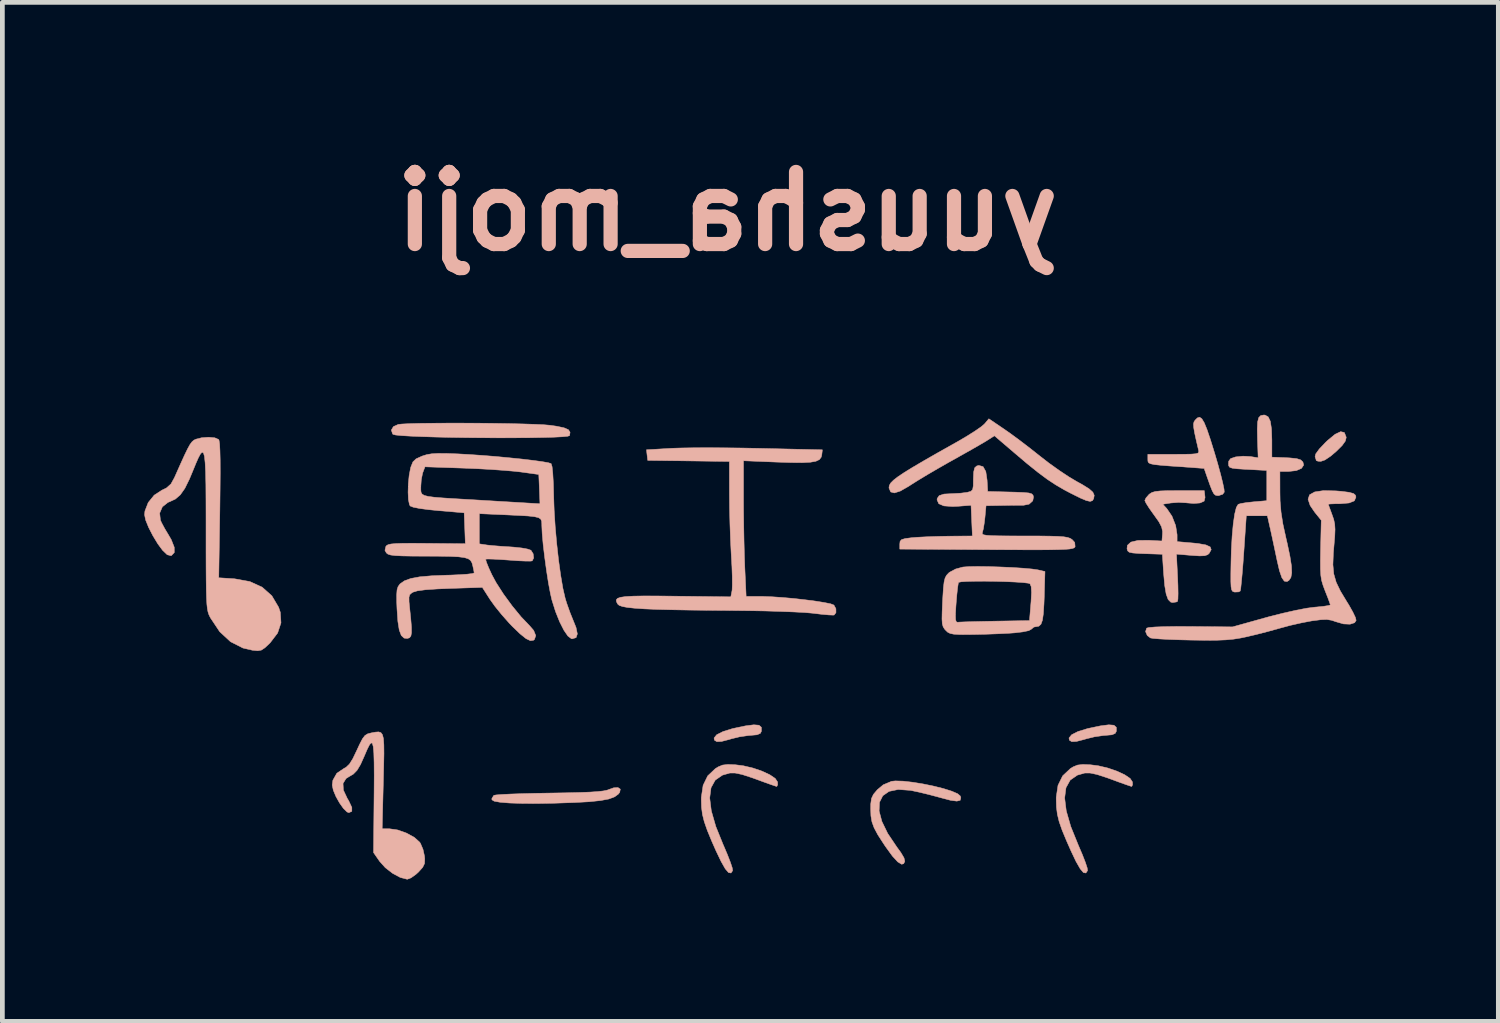
<source format=kicad_pcb>
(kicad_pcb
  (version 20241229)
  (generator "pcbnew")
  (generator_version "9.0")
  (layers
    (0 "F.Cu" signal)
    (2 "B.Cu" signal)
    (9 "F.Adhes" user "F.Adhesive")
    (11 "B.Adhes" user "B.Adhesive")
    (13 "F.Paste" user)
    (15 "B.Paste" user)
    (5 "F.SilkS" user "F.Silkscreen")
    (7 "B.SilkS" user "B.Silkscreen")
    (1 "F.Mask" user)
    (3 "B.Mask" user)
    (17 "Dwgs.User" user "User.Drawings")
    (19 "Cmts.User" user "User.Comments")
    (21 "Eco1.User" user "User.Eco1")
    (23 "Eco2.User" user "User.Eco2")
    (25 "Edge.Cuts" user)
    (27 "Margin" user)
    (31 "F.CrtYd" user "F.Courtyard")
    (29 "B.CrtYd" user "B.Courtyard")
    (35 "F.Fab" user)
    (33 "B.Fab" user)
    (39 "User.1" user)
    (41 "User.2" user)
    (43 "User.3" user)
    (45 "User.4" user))
  (footprint "yuusha_moji"
    (layer "F.Cu")
    (at 12.041 8.518)
    (property "Reference" "yuusha_moji" (at 0.28 -7.1 180) (layer "B.SilkS") (effects (font (size 1.524 1.524) (thickness 0.3)) (justify mirror)))
    (attr through_hole)
    (fp_poly (pts (xy 0.661 3.772) (xy 0.391 3.829) (xy 0.188 3.892) (xy 0.055 3.959) (xy -0.001 4.028) (xy 0.008 4.075) (xy 0.058 4.105) (xy 0.156 4.101) (xy 0.315 4.06) (xy 0.368 4.044) (xy 0.536 4.003) (xy 0.721 3.976) (xy 0.772 3.972) (xy 0.906 3.96) (xy 0.976 3.931) (xy 1 3.885) (xy 0.999 3.802) (xy 0.949 3.758) (xy 0.839 3.749) (xy 0.661 3.772)) (stroke (width 0.01) (type solid)) (fill yes) (layer "B.SilkS"))
    (fp_poly (pts (xy 8.162 3.772) (xy 7.892 3.829) (xy 7.688 3.892) (xy 7.556 3.959) (xy 7.5 4.028) (xy 7.509 4.075) (xy 7.558 4.105) (xy 7.656 4.101) (xy 7.815 4.06) (xy 7.869 4.044) (xy 8.036 4.003) (xy 8.221 3.976) (xy 8.273 3.972) (xy 8.407 3.96) (xy 8.476 3.931) (xy 8.501 3.885) (xy 8.5 3.802) (xy 8.45 3.758) (xy 8.34 3.749) (xy 8.162 3.772)) (stroke (width 0.01) (type solid)) (fill yes) (layer "B.SilkS"))
    (fp_poly (pts (xy 13.124 -2.391) (xy 12.966 -2.261) (xy 12.923 -2.22) (xy 12.789 -2.079) (xy 12.714 -1.975) (xy 12.7 -1.917) (xy 12.722 -1.851) (xy 12.724 -1.836) (xy 12.761 -1.822) (xy 12.822 -1.818) (xy 12.909 -1.848) (xy 13.031 -1.93) (xy 13.145 -2.027) (xy 13.272 -2.153) (xy 13.339 -2.246) (xy 13.358 -2.321) (xy 13.356 -2.335) (xy 13.319 -2.428) (xy 13.241 -2.446) (xy 13.124 -2.391)) (stroke (width 0.01) (type solid)) (fill yes) (layer "B.SilkS"))
    (fp_poly (pts (xy -2.125 5.081) (xy -2.2 5.108) (xy -2.26 5.13) (xy -2.343 5.147) (xy -2.46 5.16) (xy -2.621 5.171) (xy -2.837 5.179) (xy -3.118 5.186) (xy -3.473 5.192) (xy -3.777 5.197) (xy -4.053 5.204) (xy -4.291 5.212) (xy -4.479 5.221) (xy -4.604 5.231) (xy -4.655 5.24) (xy -4.696 5.305) (xy -4.695 5.334) (xy -4.647 5.363) (xy -4.521 5.386) (xy -4.324 5.402) (xy -4.062 5.41) (xy -3.744 5.412) (xy -3.375 5.406) (xy -2.963 5.392) (xy -2.956 5.392) (xy -2.641 5.375) (xy -2.401 5.35) (xy -2.225 5.317) (xy -2.102 5.271) (xy -2.022 5.212) (xy -1.995 5.176) (xy -1.982 5.109) (xy -2.032 5.075) (xy -2.125 5.081)) (stroke (width 0.01) (type solid)) (fill yes) (layer "B.SilkS"))
    (fp_poly (pts (xy -5.649 -2.626) (xy -5.953 -2.624) (xy -6.221 -2.621) (xy -6.44 -2.615) (xy -6.598 -2.607) (xy -6.674 -2.599) (xy -6.777 -2.553) (xy -6.821 -2.479) (xy -6.794 -2.398) (xy -6.785 -2.389) (xy -6.73 -2.375) (xy -6.601 -2.362) (xy -6.41 -2.351) (xy -6.166 -2.341) (xy -5.882 -2.332) (xy -5.566 -2.325) (xy -5.23 -2.32) (xy -4.884 -2.317) (xy -4.54 -2.315) (xy -4.208 -2.316) (xy -3.898 -2.318) (xy -3.62 -2.323) (xy -3.387 -2.329) (xy -3.208 -2.338) (xy -3.094 -2.349) (xy -3.055 -2.362) (xy -3.044 -2.433) (xy -3.078 -2.487) (xy -3.17 -2.527) (xy -3.33 -2.561) (xy -3.471 -2.581) (xy -3.599 -2.592) (xy -3.793 -2.601) (xy -4.042 -2.609) (xy -4.332 -2.616) (xy -4.651 -2.621) (xy -4.985 -2.625) (xy -5.322 -2.626) (xy -5.649 -2.626)) (stroke (width 0.01) (type solid)) (fill yes) (layer "B.SilkS"))
    (fp_poly (pts (xy 10.214 -2.737) (xy 10.166 -2.69) (xy 10.142 -2.654) (xy 10.131 -2.607) (xy 10.135 -2.535) (xy 10.154 -2.422) (xy 10.191 -2.253) (xy 10.238 -2.053) (xy 10.242 -2.018) (xy 10.227 -1.994) (xy 10.178 -1.979) (xy 10.082 -1.971) (xy 9.928 -1.968) (xy 9.712 -1.967) (xy 9.166 -1.967) (xy 9.166 -1.861) (xy 9.168 -1.819) (xy 9.183 -1.788) (xy 9.225 -1.767) (xy 9.306 -1.75) (xy 9.439 -1.736) (xy 9.638 -1.72) (xy 9.761 -1.712) (xy 10.356 -1.669) (xy 10.415 -1.499) (xy 10.48 -1.315) (xy 10.526 -1.198) (xy 10.563 -1.131) (xy 10.598 -1.102) (xy 10.641 -1.094) (xy 10.66 -1.094) (xy 10.748 -1.123) (xy 10.781 -1.168) (xy 10.776 -1.232) (xy 10.749 -1.362) (xy 10.704 -1.544) (xy 10.644 -1.764) (xy 10.578 -1.989) (xy 10.489 -2.276) (xy 10.417 -2.489) (xy 10.358 -2.634) (xy 10.307 -2.719) (xy 10.261 -2.751) (xy 10.214 -2.737)) (stroke (width 0.01) (type solid)) (fill yes) (layer "B.SilkS"))
    (fp_poly (pts (xy 0.179 4.6) (xy 0.087 4.638) (xy 0.027 4.675) (xy -0.135 4.828) (xy -0.232 5.027) (xy -0.27 5.281) (xy -0.271 5.329) (xy -0.266 5.49) (xy -0.247 5.64) (xy -0.208 5.796) (xy -0.145 5.977) (xy -0.053 6.201) (xy 0.037 6.405) (xy 0.148 6.637) (xy 0.236 6.792) (xy 0.305 6.872) (xy 0.357 6.881) (xy 0.392 6.83) (xy 0.383 6.772) (xy 0.344 6.654) (xy 0.281 6.492) (xy 0.201 6.303) (xy 0.193 6.286) (xy 0.036 5.898) (xy -0.059 5.568) (xy -0.093 5.295) (xy -0.065 5.079) (xy 0.024 4.918) (xy 0.176 4.813) (xy 0.333 4.768) (xy 0.442 4.768) (xy 0.592 4.799) (xy 0.798 4.866) (xy 0.887 4.898) (xy 1.061 4.962) (xy 1.204 5.013) (xy 1.298 5.045) (xy 1.325 5.052) (xy 1.343 5.016) (xy 1.341 4.957) (xy 1.292 4.883) (xy 1.177 4.805) (xy 1.014 4.729) (xy 0.822 4.663) (xy 0.618 4.615) (xy 0.453 4.594) (xy 0.29 4.587) (xy 0.179 4.6)) (stroke (width 0.01) (type solid)) (fill yes) (layer "B.SilkS"))
    (fp_poly (pts (xy 3.751 4.943) (xy 3.574 5.017) (xy 3.449 5.122) (xy 3.368 5.218) (xy 3.326 5.306) (xy 3.31 5.423) (xy 3.309 5.521) (xy 3.314 5.673) (xy 3.336 5.801) (xy 3.382 5.927) (xy 3.46 6.073) (xy 3.58 6.259) (xy 3.622 6.322) (xy 3.768 6.523) (xy 3.882 6.647) (xy 3.964 6.696) (xy 4.006 6.684) (xy 4.03 6.634) (xy 4.013 6.561) (xy 3.948 6.451) (xy 3.858 6.327) (xy 3.668 6.044) (xy 3.545 5.79) (xy 3.487 5.57) (xy 3.495 5.387) (xy 3.565 5.248) (xy 3.697 5.156) (xy 3.89 5.116) (xy 4.143 5.134) (xy 4.163 5.137) (xy 4.333 5.173) (xy 4.544 5.224) (xy 4.754 5.28) (xy 4.79 5.29) (xy 4.995 5.344) (xy 5.129 5.362) (xy 5.2 5.345) (xy 5.214 5.292) (xy 5.203 5.254) (xy 5.147 5.206) (xy 5.022 5.152) (xy 4.848 5.097) (xy 4.641 5.045) (xy 4.418 4.999) (xy 4.197 4.963) (xy 3.996 4.94) (xy 3.831 4.935) (xy 3.751 4.943)) (stroke (width 0.01) (type solid)) (fill yes) (layer "B.SilkS"))
    (fp_poly (pts (xy 7.68 4.6) (xy 7.588 4.638) (xy 7.528 4.675) (xy 7.366 4.828) (xy 7.268 5.027) (xy 7.23 5.281) (xy 7.23 5.329) (xy 7.235 5.49) (xy 7.254 5.64) (xy 7.292 5.796) (xy 7.355 5.977) (xy 7.448 6.201) (xy 7.538 6.405) (xy 7.648 6.637) (xy 7.737 6.792) (xy 7.805 6.872) (xy 7.857 6.881) (xy 7.892 6.83) (xy 7.884 6.772) (xy 7.845 6.654) (xy 7.782 6.492) (xy 7.701 6.303) (xy 7.694 6.286) (xy 7.537 5.898) (xy 7.442 5.568) (xy 7.408 5.295) (xy 7.436 5.079) (xy 7.525 4.918) (xy 7.676 4.813) (xy 7.834 4.768) (xy 7.943 4.768) (xy 8.093 4.799) (xy 8.299 4.866) (xy 8.388 4.898) (xy 8.561 4.962) (xy 8.704 5.013) (xy 8.799 5.045) (xy 8.826 5.052) (xy 8.843 5.016) (xy 8.841 4.957) (xy 8.792 4.883) (xy 8.677 4.805) (xy 8.514 4.729) (xy 8.322 4.663) (xy 8.119 4.615) (xy 7.954 4.594) (xy 7.791 4.587) (xy 7.68 4.6)) (stroke (width 0.01) (type solid)) (fill yes) (layer "B.SilkS"))
    (fp_poly (pts (xy 5.717 -2.612) (xy 5.648 -2.552) (xy 5.52 -2.463) (xy 5.351 -2.356) (xy 5.158 -2.242) (xy 5.117 -2.219) (xy 4.747 -2.011) (xy 4.446 -1.839) (xy 4.206 -1.698) (xy 4.022 -1.585) (xy 3.886 -1.494) (xy 3.792 -1.421) (xy 3.733 -1.362) (xy 3.704 -1.312) (xy 3.696 -1.267) (xy 3.697 -1.252) (xy 3.732 -1.172) (xy 3.809 -1.151) (xy 3.933 -1.19) (xy 4.109 -1.29) (xy 4.159 -1.323) (xy 4.305 -1.415) (xy 4.503 -1.535) (xy 4.729 -1.667) (xy 4.962 -1.8) (xy 5.027 -1.836) (xy 5.241 -1.956) (xy 5.442 -2.069) (xy 5.612 -2.167) (xy 5.732 -2.237) (xy 5.764 -2.257) (xy 5.924 -2.359) (xy 6.352 -1.993) (xy 6.62 -1.766) (xy 6.843 -1.587) (xy 7.036 -1.443) (xy 7.216 -1.324) (xy 7.399 -1.217) (xy 7.549 -1.138) (xy 7.738 -1.044) (xy 7.866 -0.99) (xy 7.947 -0.972) (xy 7.995 -0.988) (xy 8.021 -1.03) (xy 8.033 -1.101) (xy 8.004 -1.167) (xy 7.923 -1.239) (xy 7.78 -1.328) (xy 7.667 -1.39) (xy 7.5 -1.489) (xy 7.295 -1.625) (xy 7.078 -1.78) (xy 6.886 -1.929) (xy 6.684 -2.089) (xy 6.471 -2.252) (xy 6.272 -2.399) (xy 6.122 -2.504) (xy 5.806 -2.718) (xy 5.717 -2.612)) (stroke (width 0.01) (type solid)) (fill yes) (layer "B.SilkS"))
    (fp_poly (pts (xy 9.591 -1.199) (xy 9.431 -1.193) (xy 9.323 -1.181) (xy 9.252 -1.16) (xy 9.202 -1.128) (xy 9.191 -1.119) (xy 9.126 -1.044) (xy 9.102 -0.991) (xy 9.127 -0.937) (xy 9.191 -0.835) (xy 9.281 -0.708) (xy 9.295 -0.689) (xy 9.4 -0.541) (xy 9.457 -0.432) (xy 9.477 -0.338) (xy 9.476 -0.284) (xy 9.464 -0.135) (xy 9.181 -0.15) (xy 8.956 -0.147) (xy 8.808 -0.112) (xy 8.734 -0.044) (xy 8.726 0.028) (xy 8.739 0.073) (xy 8.773 0.102) (xy 8.847 0.118) (xy 8.976 0.128) (xy 9.106 0.133) (xy 9.473 0.145) (xy 9.499 0.542) (xy 9.522 0.802) (xy 9.553 0.985) (xy 9.595 1.101) (xy 9.65 1.156) (xy 9.69 1.165) (xy 9.77 1.153) (xy 9.794 1.14) (xy 9.802 1.09) (xy 9.805 0.973) (xy 9.802 0.807) (xy 9.795 0.629) (xy 9.771 0.142) (xy 10.087 0.169) (xy 10.258 0.18) (xy 10.365 0.176) (xy 10.429 0.155) (xy 10.461 0.127) (xy 10.505 0.048) (xy 10.484 -0.01) (xy 10.394 -0.052) (xy 10.226 -0.082) (xy 10.128 -0.092) (xy 9.784 -0.122) (xy 9.784 -0.268) (xy 9.754 -0.461) (xy 9.676 -0.66) (xy 9.567 -0.82) (xy 9.567 -0.821) (xy 9.481 -0.912) (xy 9.654 -0.939) (xy 9.816 -0.951) (xy 9.981 -0.942) (xy 9.995 -0.94) (xy 10.135 -0.929) (xy 10.26 -0.938) (xy 10.274 -0.941) (xy 10.356 -0.978) (xy 10.375 -1.053) (xy 10.372 -1.085) (xy 10.359 -1.2) (xy 9.82 -1.2) (xy 9.591 -1.199)) (stroke (width 0.01) (type solid)) (fill yes) (layer "B.SilkS"))
    (fp_poly (pts (xy -7.157 3.904) (xy -7.244 3.92) (xy -7.244 3.92) (xy -7.321 3.94) (xy -7.379 3.976) (xy -7.432 4.046) (xy -7.494 4.167) (xy -7.548 4.284) (xy -7.635 4.465) (xy -7.707 4.58) (xy -7.778 4.647) (xy -7.822 4.671) (xy -7.973 4.773) (xy -8.056 4.92) (xy -8.07 5.022) (xy -8.048 5.13) (xy -7.992 5.264) (xy -7.916 5.4) (xy -7.833 5.517) (xy -7.757 5.591) (xy -7.719 5.606) (xy -7.656 5.578) (xy -7.656 5.495) (xy -7.721 5.356) (xy -7.753 5.303) (xy -7.834 5.13) (xy -7.842 4.989) (xy -7.778 4.884) (xy -7.724 4.85) (xy -7.624 4.791) (xy -7.545 4.71) (xy -7.472 4.588) (xy -7.39 4.405) (xy -7.388 4.4) (xy -7.33 4.265) (xy -7.284 4.174) (xy -7.248 4.131) (xy -7.222 4.142) (xy -7.203 4.211) (xy -7.191 4.345) (xy -7.185 4.547) (xy -7.183 4.823) (xy -7.185 5.178) (xy -7.186 5.278) (xy -7.197 6.449) (xy -7.068 6.635) (xy -6.948 6.769) (xy -6.794 6.888) (xy -6.632 6.975) (xy -6.491 7.012) (xy -6.48 7.012) (xy -6.404 6.983) (xy -6.302 6.91) (xy -6.249 6.862) (xy -6.159 6.762) (xy -6.119 6.68) (xy -6.115 6.578) (xy -6.12 6.526) (xy -6.152 6.381) (xy -6.206 6.254) (xy -6.221 6.231) (xy -6.334 6.129) (xy -6.499 6.038) (xy -6.684 5.972) (xy -6.856 5.947) (xy -6.858 5.947) (xy -7.015 5.947) (xy -6.99 4.943) (xy -6.982 4.613) (xy -6.977 4.359) (xy -6.979 4.171) (xy -6.988 4.04) (xy -7.009 3.958) (xy -7.042 3.914) (xy -7.091 3.899) (xy -7.157 3.904)) (stroke (width 0.01) (type solid)) (fill yes) (layer "B.SilkS"))
    (fp_poly (pts (xy 5.385 0.406) (xy 5.26 0.415) (xy 5.258 0.415) (xy 5.104 0.457) (xy 4.977 0.525) (xy 4.957 0.541) (xy 4.913 0.588) (xy 4.882 0.645) (xy 4.861 0.728) (xy 4.846 0.854) (xy 4.834 1.041) (xy 4.828 1.146) (xy 4.819 1.364) (xy 4.816 1.513) (xy 4.822 1.612) (xy 4.84 1.676) (xy 4.869 1.724) (xy 4.893 1.751) (xy 4.936 1.792) (xy 4.988 1.818) (xy 5.064 1.834) (xy 5.181 1.841) (xy 5.356 1.842) (xy 5.497 1.84) (xy 5.741 1.835) (xy 5.993 1.826) (xy 6.22 1.815) (xy 6.35 1.806) (xy 6.525 1.785) (xy 6.649 1.759) (xy 6.704 1.729) (xy 6.705 1.727) (xy 6.757 1.684) (xy 6.799 1.676) (xy 6.862 1.665) (xy 6.907 1.624) (xy 6.938 1.54) (xy 6.958 1.401) (xy 6.971 1.197) (xy 6.977 1.039) (xy 6.979 0.953) (xy 6.708 0.953) (xy 6.698 1.148) (xy 6.695 1.182) (xy 6.665 1.547) (xy 5.934 1.559) (xy 5.689 1.564) (xy 5.473 1.569) (xy 5.299 1.574) (xy 5.183 1.579) (xy 5.143 1.582) (xy 5.117 1.572) (xy 5.103 1.525) (xy 5.1 1.425) (xy 5.109 1.26) (xy 5.115 1.176) (xy 5.13 0.997) (xy 5.146 0.852) (xy 5.16 0.76) (xy 5.167 0.739) (xy 5.221 0.727) (xy 5.343 0.719) (xy 5.516 0.715) (xy 5.721 0.714) (xy 5.943 0.717) (xy 6.162 0.723) (xy 6.363 0.732) (xy 6.527 0.743) (xy 6.638 0.756) (xy 6.676 0.768) (xy 6.701 0.829) (xy 6.708 0.953) (xy 6.979 0.953) (xy 6.992 0.509) (xy 6.843 0.475) (xy 6.72 0.457) (xy 6.533 0.44) (xy 6.304 0.425) (xy 6.053 0.414) (xy 5.802 0.406) (xy 5.572 0.403) (xy 5.385 0.406)) (stroke (width 0.01) (type solid)) (fill yes) (layer "B.SilkS"))
    (fp_poly (pts (xy 11.552 -2.786) (xy 11.509 -2.742) (xy 11.486 -2.651) (xy 11.479 -2.502) (xy 11.483 -2.293) (xy 11.497 -1.894) (xy 11.333 -1.92) (xy 11.179 -1.928) (xy 11.028 -1.913) (xy 11.02 -1.912) (xy 10.916 -1.877) (xy 10.875 -1.822) (xy 10.87 -1.774) (xy 10.874 -1.725) (xy 10.896 -1.693) (xy 10.951 -1.674) (xy 11.056 -1.661) (xy 11.227 -1.65) (xy 11.275 -1.648) (xy 11.68 -1.626) (xy 11.68 -0.987) (xy 11.401 -0.963) (xy 11.251 -0.947) (xy 11.132 -0.927) (xy 11.075 -0.91) (xy 11.036 -0.844) (xy 11.001 -0.703) (xy 10.971 -0.496) (xy 10.947 -0.235) (xy 10.93 0.073) (xy 10.924 0.313) (xy 10.92 0.553) (xy 10.92 0.722) (xy 10.925 0.832) (xy 10.937 0.896) (xy 10.957 0.928) (xy 10.988 0.941) (xy 11.005 0.944) (xy 11.087 0.94) (xy 11.119 0.921) (xy 11.129 0.869) (xy 11.142 0.746) (xy 11.159 0.566) (xy 11.177 0.344) (xy 11.194 0.109) (xy 11.247 -0.668) (xy 11.692 -0.668) (xy 11.757 -0.38) (xy 11.798 -0.193) (xy 11.846 0.032) (xy 11.892 0.25) (xy 11.896 0.27) (xy 11.948 0.494) (xy 11.998 0.639) (xy 12.05 0.713) (xy 12.107 0.722) (xy 12.147 0.698) (xy 12.189 0.637) (xy 12.207 0.539) (xy 12.201 0.392) (xy 12.169 0.188) (xy 12.112 -0.083) (xy 12.085 -0.199) (xy 12.02 -0.495) (xy 11.981 -0.745) (xy 11.961 -0.984) (xy 11.958 -1.168) (xy 11.957 -1.605) (xy 12.141 -1.605) (xy 12.303 -1.623) (xy 12.413 -1.67) (xy 12.459 -1.74) (xy 12.443 -1.805) (xy 12.397 -1.849) (xy 12.312 -1.876) (xy 12.169 -1.891) (xy 12.091 -1.895) (xy 11.787 -1.907) (xy 11.787 -2.27) (xy 11.779 -2.504) (xy 11.755 -2.664) (xy 11.71 -2.758) (xy 11.643 -2.796) (xy 11.617 -2.798) (xy 11.552 -2.786)) (stroke (width 0.01) (type solid)) (fill yes) (layer "B.SilkS"))
    (fp_poly (pts (xy -0.427 -2.105) (xy -0.686 -2.101) (xy -0.88 -2.095) (xy -0.916 -2.093) (xy -1.429 -2.063) (xy -1.416 -1.951) (xy -1.403 -1.839) (xy -0.54 -1.828) (xy 0.323 -1.816) (xy 0.324 -1.125) (xy 0.327 -0.824) (xy 0.335 -0.489) (xy 0.347 -0.159) (xy 0.361 0.131) (xy 0.364 0.18) (xy 0.377 0.41) (xy 0.384 0.62) (xy 0.385 0.79) (xy 0.381 0.9) (xy 0.378 0.919) (xy 0.353 1.045) (xy -0.811 1.031) (xy -1.184 1.027) (xy -1.479 1.026) (xy -1.705 1.03) (xy -1.869 1.039) (xy -1.979 1.055) (xy -2.042 1.078) (xy -2.068 1.11) (xy -2.062 1.151) (xy -2.037 1.198) (xy -2.004 1.226) (xy -1.937 1.249) (xy -1.831 1.269) (xy -1.68 1.285) (xy -1.477 1.299) (xy -1.217 1.31) (xy -0.894 1.318) (xy -0.501 1.325) (xy -0.034 1.33) (xy 0.344 1.333) (xy 0.713 1.337) (xy 1.068 1.343) (xy 1.395 1.353) (xy 1.681 1.364) (xy 1.912 1.376) (xy 2.075 1.39) (xy 2.099 1.393) (xy 2.275 1.414) (xy 2.421 1.427) (xy 2.515 1.431) (xy 2.536 1.429) (xy 2.575 1.379) (xy 2.574 1.296) (xy 2.533 1.221) (xy 2.528 1.217) (xy 2.462 1.192) (xy 2.328 1.165) (xy 2.142 1.135) (xy 1.923 1.107) (xy 1.686 1.08) (xy 1.449 1.059) (xy 1.228 1.044) (xy 1.042 1.037) (xy 1.02 1.037) (xy 0.677 1.037) (xy 0.649 0.43) (xy 0.64 0.178) (xy 0.632 -0.13) (xy 0.626 -0.464) (xy 0.622 -0.795) (xy 0.621 -1.004) (xy 0.621 -1.831) (xy 1.313 -1.803) (xy 1.625 -1.793) (xy 1.863 -1.791) (xy 2.035 -1.8) (xy 2.152 -1.821) (xy 2.225 -1.856) (xy 2.263 -1.906) (xy 2.275 -1.953) (xy 2.288 -2.062) (xy 0.943 -2.093) (xy 0.582 -2.1) (xy 0.224 -2.104) (xy -0.118 -2.106) (xy -0.427 -2.105)) (stroke (width 0.01) (type solid)) (fill yes) (layer "B.SilkS"))
    (fp_poly (pts (xy 5.549 -1.72) (xy 5.507 -1.682) (xy 5.486 -1.597) (xy 5.479 -1.447) (xy 5.479 -1.441) (xy 5.477 -1.301) (xy 5.464 -1.223) (xy 5.428 -1.185) (xy 5.359 -1.166) (xy 5.346 -1.163) (xy 5.214 -1.146) (xy 5.059 -1.137) (xy 5.03 -1.136) (xy 4.858 -1.127) (xy 4.757 -1.094) (xy 4.715 -1.034) (xy 4.712 -1.003) (xy 4.748 -0.923) (xy 4.856 -0.877) (xy 5.039 -0.864) (xy 5.167 -0.87) (xy 5.43 -0.89) (xy 5.444 -0.566) (xy 5.458 -0.241) (xy 4.947 -0.237) (xy 4.716 -0.232) (xy 4.488 -0.224) (xy 4.292 -0.214) (xy 4.179 -0.205) (xy 4.038 -0.187) (xy 3.961 -0.164) (xy 3.93 -0.127) (xy 3.924 -0.071) (xy 3.924 0.036) (xy 5.762 0.047) (xy 6.207 0.049) (xy 6.574 0.051) (xy 6.872 0.051) (xy 7.106 0.05) (xy 7.286 0.046) (xy 7.418 0.041) (xy 7.51 0.034) (xy 7.57 0.023) (xy 7.606 0.011) (xy 7.624 -0.006) (xy 7.629 -0.017) (xy 7.621 -0.105) (xy 7.565 -0.166) (xy 7.526 -0.191) (xy 7.471 -0.21) (xy 7.389 -0.224) (xy 7.268 -0.233) (xy 7.096 -0.238) (xy 6.862 -0.241) (xy 6.557 -0.241) (xy 6.255 -0.242) (xy 6.028 -0.244) (xy 5.867 -0.248) (xy 5.76 -0.255) (xy 5.697 -0.266) (xy 5.67 -0.282) (xy 5.666 -0.303) (xy 5.67 -0.316) (xy 5.691 -0.398) (xy 5.712 -0.532) (xy 5.724 -0.636) (xy 5.747 -0.881) (xy 6.114 -0.887) (xy 6.289 -0.89) (xy 6.434 -0.891) (xy 6.528 -0.891) (xy 6.543 -0.891) (xy 6.657 -0.914) (xy 6.734 -0.984) (xy 6.75 -1.065) (xy 6.739 -1.105) (xy 6.711 -1.132) (xy 6.651 -1.15) (xy 6.543 -1.16) (xy 6.373 -1.167) (xy 6.259 -1.17) (xy 5.782 -1.182) (xy 5.769 -1.421) (xy 5.742 -1.603) (xy 5.684 -1.707) (xy 5.594 -1.732) (xy 5.549 -1.72)) (stroke (width 0.01) (type solid)) (fill yes) (layer "B.SilkS"))
    (fp_poly (pts (xy -10.83 -2.317) (xy -10.949 -2.287) (xy -10.992 -2.267) (xy -11.032 -2.233) (xy -11.075 -2.176) (xy -11.126 -2.084) (xy -11.193 -1.946) (xy -11.281 -1.752) (xy -11.397 -1.491) (xy -11.403 -1.477) (xy -11.478 -1.341) (xy -11.573 -1.256) (xy -11.67 -1.209) (xy -11.833 -1.103) (xy -11.959 -0.947) (xy -12.028 -0.769) (xy -12.036 -0.689) (xy -12.013 -0.578) (xy -11.95 -0.422) (xy -11.86 -0.247) (xy -11.756 -0.075) (xy -11.657 0.059) (xy -11.557 0.155) (xy -11.477 0.175) (xy -11.468 0.172) (xy -11.408 0.109) (xy -11.409 -0.004) (xy -11.471 -0.162) (xy -11.529 -0.262) (xy -11.61 -0.397) (xy -11.676 -0.52) (xy -11.701 -0.577) (xy -11.717 -0.724) (xy -11.66 -0.857) (xy -11.542 -0.951) (xy -11.506 -0.965) (xy -11.384 -1.022) (xy -11.281 -1.111) (xy -11.185 -1.247) (xy -11.088 -1.444) (xy -11.018 -1.612) (xy -10.952 -1.773) (xy -10.898 -1.896) (xy -10.853 -1.978) (xy -10.818 -2.012) (xy -10.791 -1.995) (xy -10.77 -1.923) (xy -10.756 -1.789) (xy -10.746 -1.591) (xy -10.74 -1.324) (xy -10.738 -0.982) (xy -10.737 -0.562) (xy -10.737 -0.348) (xy -10.737 0.072) (xy -10.736 0.416) (xy -10.734 0.692) (xy -10.731 0.909) (xy -10.726 1.075) (xy -10.719 1.201) (xy -10.709 1.293) (xy -10.696 1.361) (xy -10.679 1.415) (xy -10.658 1.461) (xy -10.64 1.494) (xy -10.448 1.782) (xy -10.22 1.993) (xy -9.956 2.127) (xy -9.757 2.173) (xy -9.647 2.184) (xy -9.569 2.171) (xy -9.493 2.121) (xy -9.389 2.023) (xy -9.379 2.012) (xy -9.224 1.809) (xy -9.153 1.595) (xy -9.167 1.372) (xy -9.203 1.265) (xy -9.346 1.023) (xy -9.549 0.842) (xy -9.811 0.722) (xy -10.131 0.664) (xy -10.155 0.662) (xy -10.468 0.642) (xy -10.445 -0.796) (xy -10.44 -1.223) (xy -10.437 -1.571) (xy -10.438 -1.843) (xy -10.443 -2.045) (xy -10.45 -2.183) (xy -10.462 -2.261) (xy -10.471 -2.281) (xy -10.552 -2.316) (xy -10.683 -2.328) (xy -10.83 -2.317)) (stroke (width 0.01) (type solid)) (fill yes) (layer "B.SilkS"))
    (fp_poly (pts (xy 12.692 -1.172) (xy 12.584 -1.112) (xy 12.552 -1.017) (xy 12.596 -0.886) (xy 12.692 -0.745) (xy 12.831 -0.573) (xy 12.817 0.037) (xy 12.813 0.282) (xy 12.814 0.461) (xy 12.822 0.594) (xy 12.839 0.701) (xy 12.869 0.802) (xy 12.911 0.915) (xy 12.913 0.92) (xy 12.968 1.059) (xy 13.007 1.165) (xy 13.023 1.215) (xy 13.023 1.216) (xy 12.983 1.229) (xy 12.88 1.245) (xy 12.732 1.26) (xy 12.692 1.263) (xy 12.523 1.285) (xy 12.295 1.329) (xy 12.029 1.389) (xy 11.746 1.46) (xy 11.659 1.484) (xy 10.956 1.68) (xy 10.069 1.672) (xy 9.766 1.671) (xy 9.513 1.675) (xy 9.318 1.682) (xy 9.19 1.693) (xy 9.141 1.706) (xy 9.118 1.779) (xy 9.154 1.862) (xy 9.222 1.914) (xy 9.286 1.924) (xy 9.42 1.935) (xy 9.61 1.945) (xy 9.84 1.953) (xy 10.082 1.959) (xy 10.388 1.963) (xy 10.627 1.962) (xy 10.818 1.954) (xy 10.978 1.939) (xy 11.128 1.915) (xy 11.233 1.893) (xy 11.46 1.84) (xy 11.715 1.774) (xy 11.946 1.71) (xy 11.957 1.707) (xy 12.175 1.648) (xy 12.414 1.594) (xy 12.624 1.554) (xy 12.644 1.551) (xy 12.823 1.528) (xy 12.948 1.523) (xy 13.05 1.54) (xy 13.141 1.571) (xy 13.301 1.617) (xy 13.439 1.623) (xy 13.535 1.592) (xy 13.568 1.543) (xy 13.552 1.479) (xy 13.497 1.364) (xy 13.415 1.218) (xy 13.37 1.146) (xy 13.236 0.924) (xy 13.146 0.737) (xy 13.095 0.56) (xy 13.077 0.365) (xy 13.086 0.126) (xy 13.098 -0.017) (xy 13.116 -0.229) (xy 13.122 -0.38) (xy 13.115 -0.493) (xy 13.094 -0.592) (xy 13.06 -0.689) (xy 13.016 -0.809) (xy 12.986 -0.891) (xy 12.98 -0.913) (xy 13.019 -0.918) (xy 13.119 -0.922) (xy 13.23 -0.923) (xy 13.42 -0.939) (xy 13.531 -0.985) (xy 13.564 -1.063) (xy 13.554 -1.103) (xy 13.514 -1.138) (xy 13.419 -1.164) (xy 13.255 -1.185) (xy 13.141 -1.194) (xy 12.877 -1.2) (xy 12.692 -1.172)) (stroke (width 0.01) (type solid)) (fill yes) (layer "B.SilkS"))
    (fp_poly (pts (xy -5.97 -1.978) (xy -6.074 -1.96) (xy -6.169 -1.93) (xy -6.174 -1.928) (xy -6.297 -1.872) (xy -6.365 -1.807) (xy -6.407 -1.703) (xy -6.414 -1.68) (xy -6.444 -1.524) (xy -6.462 -1.345) (xy -6.467 -1.165) (xy -6.46 -1.01) (xy -6.438 -0.903) (xy -6.422 -0.875) (xy -6.359 -0.85) (xy -6.225 -0.823) (xy -6.037 -0.798) (xy -5.826 -0.777) (xy -5.282 -0.731) (xy -5.269 -0.404) (xy -5.257 -0.077) (xy -6.074 -0.085) (xy -6.36 -0.087) (xy -6.574 -0.086) (xy -6.725 -0.081) (xy -6.826 -0.072) (xy -6.888 -0.058) (xy -6.923 -0.037) (xy -6.936 -0.021) (xy -6.956 0.062) (xy -6.925 0.117) (xy -6.893 0.142) (xy -6.834 0.161) (xy -6.738 0.173) (xy -6.592 0.18) (xy -6.383 0.184) (xy -6.134 0.185) (xy -5.819 0.186) (xy -5.578 0.19) (xy -5.401 0.199) (xy -5.277 0.215) (xy -5.196 0.24) (xy -5.147 0.275) (xy -5.118 0.324) (xy -5.104 0.371) (xy -5.081 0.474) (xy -5.07 0.538) (xy -5.07 0.539) (xy -5.109 0.553) (xy -5.219 0.566) (xy -5.382 0.577) (xy -5.584 0.586) (xy -5.644 0.587) (xy -5.97 0.6) (xy -6.222 0.622) (xy -6.409 0.657) (xy -6.544 0.706) (xy -6.635 0.77) (xy -6.644 0.78) (xy -6.679 0.83) (xy -6.7 0.897) (xy -6.708 1.001) (xy -6.707 1.159) (xy -6.701 1.302) (xy -6.683 1.562) (xy -6.654 1.746) (xy -6.611 1.861) (xy -6.551 1.917) (xy -6.483 1.924) (xy -6.437 1.91) (xy -6.408 1.873) (xy -6.395 1.802) (xy -6.396 1.682) (xy -6.411 1.501) (xy -6.431 1.308) (xy -6.447 1.149) (xy -6.448 1.053) (xy -6.431 0.998) (xy -6.39 0.962) (xy -6.363 0.946) (xy -6.271 0.918) (xy -6.1 0.895) (xy -5.847 0.878) (xy -5.58 0.867) (xy -4.898 0.845) (xy -4.734 1.101) (xy -4.628 1.249) (xy -4.485 1.425) (xy -4.329 1.601) (xy -4.267 1.666) (xy -4.099 1.828) (xy -3.974 1.928) (xy -3.883 1.971) (xy -3.817 1.962) (xy -3.797 1.946) (xy -3.769 1.864) (xy -3.813 1.755) (xy -3.902 1.652) (xy -4.079 1.467) (xy -4.269 1.235) (xy -4.452 0.985) (xy -4.607 0.744) (xy -4.697 0.577) (xy -4.764 0.431) (xy -4.81 0.317) (xy -4.828 0.255) (xy -4.827 0.249) (xy -4.78 0.245) (xy -4.666 0.248) (xy -4.503 0.257) (xy -4.343 0.268) (xy -4.151 0.282) (xy -3.992 0.289) (xy -3.883 0.29) (xy -3.844 0.285) (xy -3.813 0.224) (xy -3.824 0.134) (xy -3.871 0.06) (xy -3.939 0.036) (xy -4.068 0.012) (xy -4.236 -0.006) (xy -4.308 -0.011) (xy -4.497 -0.023) (xy -4.671 -0.037) (xy -4.798 -0.05) (xy -4.823 -0.054) (xy -4.962 -0.075) (xy -4.962 -0.713) (xy -4.397 -0.688) (xy -4.127 -0.675) (xy -3.93 -0.664) (xy -3.795 -0.649) (xy -3.711 -0.629) (xy -3.664 -0.598) (xy -3.645 -0.555) (xy -3.641 -0.496) (xy -3.641 -0.464) (xy -3.633 -0.29) (xy -3.612 -0.056) (xy -3.58 0.211) (xy -3.542 0.489) (xy -3.501 0.752) (xy -3.459 0.976) (xy -3.427 1.114) (xy -3.351 1.356) (xy -3.264 1.573) (xy -3.175 1.749) (xy -3.09 1.873) (xy -3.015 1.93) (xy -3 1.932) (xy -2.917 1.907) (xy -2.89 1.828) (xy -2.918 1.692) (xy -2.972 1.558) (xy -3.045 1.377) (xy -3.115 1.18) (xy -3.146 1.08) (xy -3.195 0.869) (xy -3.242 0.593) (xy -3.287 0.27) (xy -3.326 -0.079) (xy -3.358 -0.437) (xy -3.38 -0.783) (xy -3.385 -0.922) (xy -3.68 -0.922) (xy -4.033 -0.943) (xy -4.197 -0.953) (xy -4.422 -0.966) (xy -4.687 -0.982) (xy -4.967 -0.999) (xy -5.154 -1.01) (xy -5.478 -1.029) (xy -5.728 -1.045) (xy -5.912 -1.06) (xy -6.041 -1.077) (xy -6.124 -1.098) (xy -6.171 -1.126) (xy -6.193 -1.164) (xy -6.198 -1.213) (xy -6.198 -1.277) (xy -6.198 -1.285) (xy -6.188 -1.431) (xy -6.162 -1.562) (xy -6.154 -1.587) (xy -6.11 -1.703) (xy -5.291 -1.675) (xy -5.003 -1.663) (xy -4.714 -1.647) (xy -4.446 -1.628) (xy -4.223 -1.609) (xy -4.088 -1.594) (xy -3.705 -1.541) (xy -3.692 -1.232) (xy -3.68 -0.922) (xy -3.385 -0.922) (xy -3.39 -1.084) (xy -3.397 -1.354) (xy -3.409 -1.564) (xy -3.424 -1.705) (xy -3.444 -1.769) (xy -3.445 -1.771) (xy -3.506 -1.79) (xy -3.639 -1.813) (xy -3.829 -1.839) (xy -4.064 -1.867) (xy -4.33 -1.894) (xy -4.613 -1.921) (xy -4.9 -1.944) (xy -5.177 -1.963) (xy -5.41 -1.976) (xy -5.656 -1.985) (xy -5.837 -1.986) (xy -5.97 -1.978)) (stroke (width 0.01) (type solid)) (fill yes) (layer "B.SilkS")))
  (gr_rect
    (start -3 -3)
    (end 28.614 18.535)
    (stroke (width 0.1) (type default))
    (fill no)
    (layer "Edge.Cuts")))
</source>
